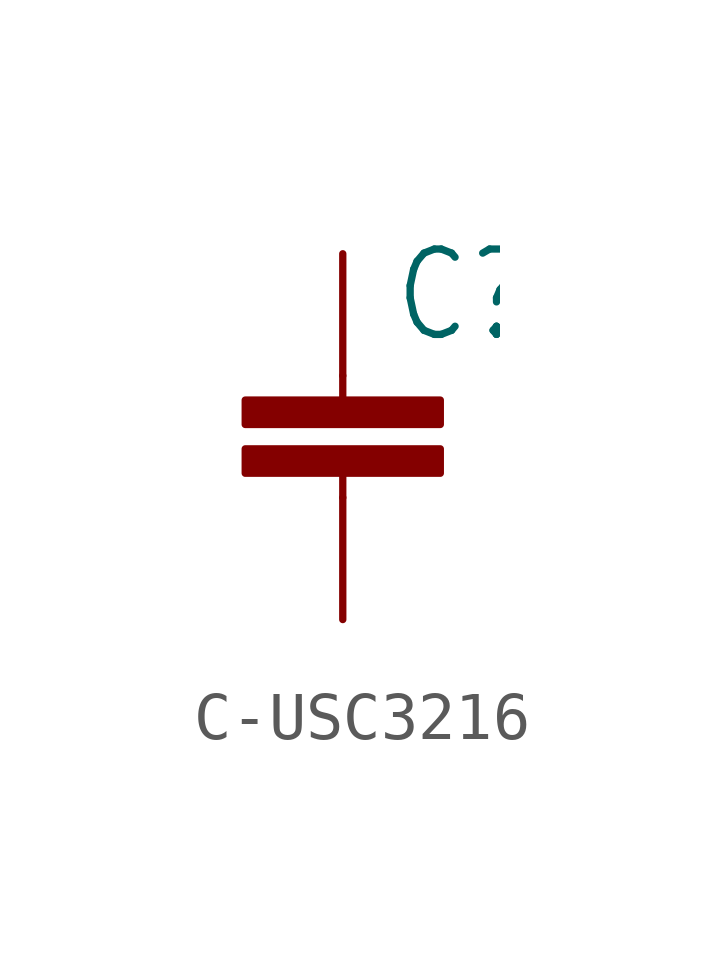
<source format=kicad_sym>
(kicad_symbol_lib
  (version 20231120)
  (generator "kicad_symbol_editor")
  (generator_version "8.99")
  (symbol "C-USC3216"
    (property "Reference" "C"
      (at 1.016 0.635 0)
      (effects (font (size 1.778 1.511)) (justify left bottom)))
    (property "Value" ""
      (at 1.016 -4.191 0)
      (effects (font (size 1.778 1.511)) (justify left bottom)))
    (property "ki_locked" ""
      (at 0 0 0)
      (effects (font (size 1.27 1.27))))
    (symbol "C-USC3216_1_0"
      (rectangle (start -2.032 -2.032) (end 2.032 -1.524) (stroke (width 0) (type default)) (fill (type outline)))
      (rectangle (start -2.032 -1.016) (end 2.032 -0.508) (stroke (width 0) (type default)) (fill (type outline)))
      (polyline (pts (xy 0 -2.54) (xy 0 -2.032)) (stroke (width 0.152) (type solid)) (fill (type none)))
      (polyline (pts (xy 0 0) (xy 0 -0.508)) (stroke (width 0.152) (type solid)) (fill (type none)))
      (pin passive line (at 0 2.54 270) (length 2.54) (name "1" (effects (font (size 0 0)))) (number "1" (effects (font (size 0 0)))))
      (pin passive line (at 0 -5.08 90) (length 2.54) (name "2" (effects (font (size 0 0)))) (number "2" (effects (font (size 0 0))))))))
</source>
